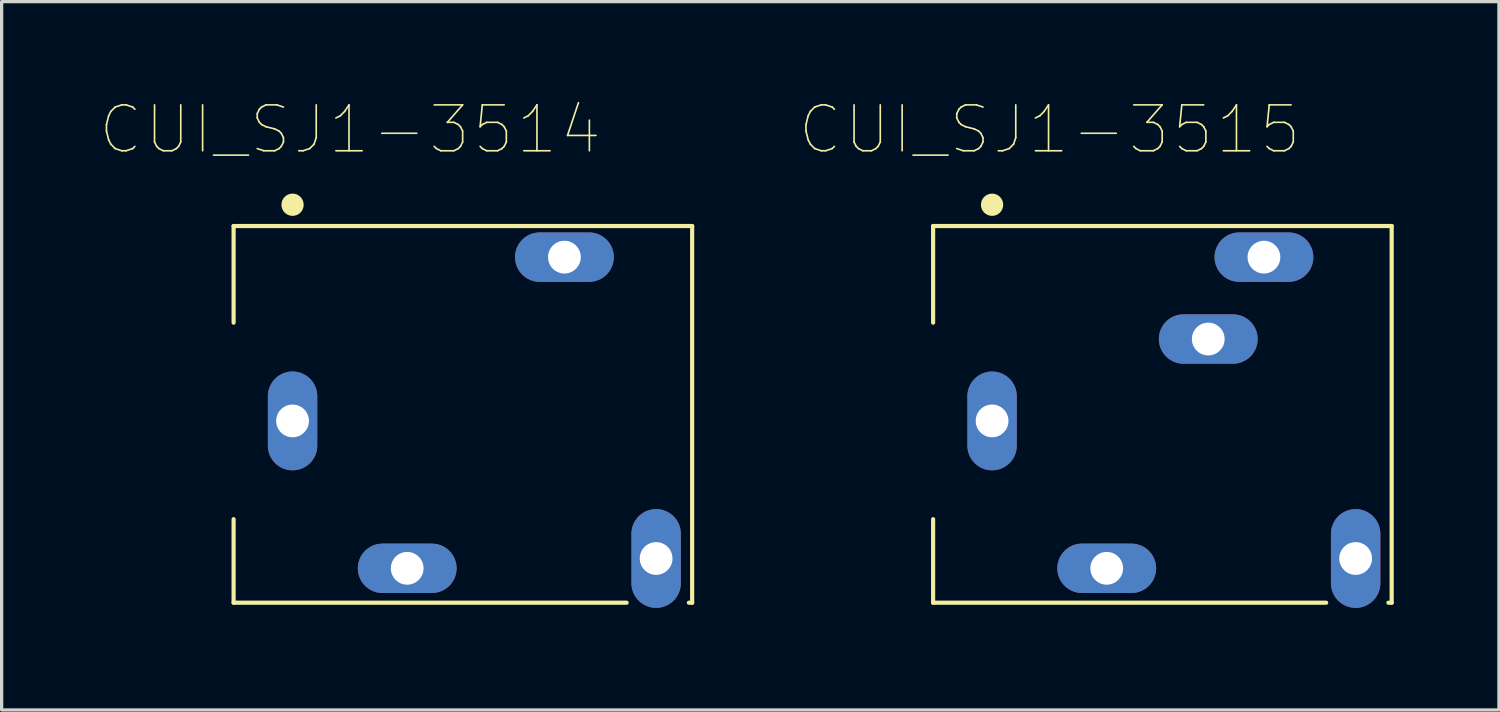
<source format=kicad_pcb>
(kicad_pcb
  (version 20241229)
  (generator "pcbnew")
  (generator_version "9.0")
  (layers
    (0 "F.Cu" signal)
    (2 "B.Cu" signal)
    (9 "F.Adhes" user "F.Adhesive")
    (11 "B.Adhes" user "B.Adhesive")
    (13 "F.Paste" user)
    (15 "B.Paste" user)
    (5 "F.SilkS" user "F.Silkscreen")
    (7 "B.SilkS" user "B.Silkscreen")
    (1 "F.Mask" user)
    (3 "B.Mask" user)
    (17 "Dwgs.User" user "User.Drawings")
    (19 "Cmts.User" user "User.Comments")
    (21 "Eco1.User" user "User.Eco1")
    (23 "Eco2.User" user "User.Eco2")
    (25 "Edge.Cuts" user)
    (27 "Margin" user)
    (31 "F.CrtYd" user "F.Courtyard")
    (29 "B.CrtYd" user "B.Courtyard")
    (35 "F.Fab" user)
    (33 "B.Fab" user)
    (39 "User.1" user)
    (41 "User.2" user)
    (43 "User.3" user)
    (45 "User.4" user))
  (footprint "CUI_SJ1-3515"
    (layer "F.Cu")
    (at 27.239 9.801)
    (property "Reference" "CUI_SJ1-3515" (at 1.757 -8.894 0) (layer "F.SilkS") (effects (font (size 1.401 1.401) (thickness 0.05))))
    (attr through_hole)
    (fp_line (start -1.8 -5.95) (end 12.2 -5.95) (stroke (width 0.127) (type solid)) (layer "F.SilkS"))
    (fp_line (start -1.8 -3) (end -1.8 -5.95) (stroke (width 0.127) (type solid)) (layer "F.SilkS"))
    (fp_line (start -1.8 5.55) (end -1.8 3) (stroke (width 0.127) (type solid)) (layer "F.SilkS"))
    (fp_line (start 10.2 5.55) (end -1.8 5.55) (stroke (width 0.127) (type solid)) (layer "F.SilkS"))
    (fp_line (start 12.2 -5.95) (end 12.2 5.55) (stroke (width 0.127) (type solid)) (layer "F.SilkS"))
    (fp_line (start 12.2 5.55) (end 12.1 5.55) (stroke (width 0.127) (type solid)) (layer "F.SilkS"))
    (fp_circle (center 0 -6.6) (end 0.17 -6.6) (stroke (width 0.34) (type solid)) (fill no) (layer "F.SilkS"))
    (fp_line (start -5.55 -3.25) (end -5.55 3.25) (stroke (width 0.05) (type solid)) (layer "Eco1.User"))
    (fp_line (start -5.55 3.25) (end -2.05 3.25) (stroke (width 0.05) (type solid)) (layer "Eco1.User"))
    (fp_line (start -2.05 -6.2) (end -2.05 -3.25) (stroke (width 0.05) (type solid)) (layer "Eco1.User"))
    (fp_line (start -2.05 -3.25) (end -5.55 -3.25) (stroke (width 0.05) (type solid)) (layer "Eco1.User"))
    (fp_line (start -2.05 3.25) (end -2.05 5.8) (stroke (width 0.05) (type solid)) (layer "Eco1.User"))
    (fp_line (start -2.05 5.8) (end 12.45 5.8) (stroke (width 0.05) (type solid)) (layer "Eco1.User"))
    (fp_line (start 12.45 -6.2) (end -2.05 -6.2) (stroke (width 0.05) (type solid)) (layer "Eco1.User"))
    (fp_line (start 12.45 5.8) (end 12.45 -6.2) (stroke (width 0.05) (type solid)) (layer "Eco1.User"))
    (fp_line (start -5.3 -3) (end -5.3 3) (stroke (width 0.127) (type solid)) (layer "Eco2.User"))
    (fp_line (start -5.3 3) (end -1.8 3) (stroke (width 0.127) (type solid)) (layer "Eco2.User"))
    (fp_line (start -1.8 -5.95) (end -1.8 -3) (stroke (width 0.127) (type solid)) (layer "Eco2.User"))
    (fp_line (start -1.8 -3) (end -5.3 -3) (stroke (width 0.127) (type solid)) (layer "Eco2.User"))
    (fp_line (start -1.8 3) (end -1.8 5.55) (stroke (width 0.127) (type solid)) (layer "Eco2.User"))
    (fp_line (start -1.8 5.55) (end 12.2 5.55) (stroke (width 0.127) (type solid)) (layer "Eco2.User"))
    (fp_line (start 12.2 -5.95) (end -1.8 -5.95) (stroke (width 0.127) (type solid)) (layer "Eco2.User"))
    (fp_line (start 12.2 5.55) (end 12.2 -5.95) (stroke (width 0.127) (type solid)) (layer "Eco2.User"))
    (fp_line (start -0.5 -0.5) (end -0.5 0.5) (stroke (width 0.0001) (type solid)) (layer "Edge.Cuts"))
    (fp_line (start 0.5 0.5) (end 0.5 -0.5) (stroke (width 0.0001) (type solid)) (layer "Edge.Cuts"))
    (fp_line (start 3 5) (end 4 5) (stroke (width 0.0001) (type solid)) (layer "Edge.Cuts"))
    (fp_line (start 4 4) (end 3 4) (stroke (width 0.0001) (type solid)) (layer "Edge.Cuts"))
    (fp_line (start 6.1 -2) (end 7.1 -2) (stroke (width 0.0001) (type solid)) (layer "Edge.Cuts"))
    (fp_line (start 7.1 -3) (end 6.1 -3) (stroke (width 0.0001) (type solid)) (layer "Edge.Cuts"))
    (fp_line (start 7.8 -4.5) (end 8.8 -4.5) (stroke (width 0.0001) (type solid)) (layer "Edge.Cuts"))
    (fp_line (start 8.8 -5.5) (end 7.8 -5.5) (stroke (width 0.0001) (type solid)) (layer "Edge.Cuts"))
    (fp_line (start 10.6 3.7) (end 10.6 4.7) (stroke (width 0.0001) (type solid)) (layer "Edge.Cuts"))
    (fp_line (start 11.6 4.7) (end 11.6 3.7) (stroke (width 0.0001) (type solid)) (layer "Edge.Cuts"))
    (fp_arc (start -0.5 -0.5) (mid -0.353553 -0.853553) (end 0 -1) (stroke (width 0.0001) (type solid)) (layer "Edge.Cuts"))
    (fp_arc (start 0 -1) (mid 0.353553 -0.853553) (end 0.5 -0.5) (stroke (width 0.0001) (type solid)) (layer "Edge.Cuts"))
    (fp_arc (start 0 1) (mid -0.353553 0.853553) (end -0.5 0.5) (stroke (width 0.0001) (type solid)) (layer "Edge.Cuts"))
    (fp_arc (start 0.5 0.5) (mid 0.353553 0.853553) (end 0 1) (stroke (width 0.0001) (type solid)) (layer "Edge.Cuts"))
    (fp_arc (start 2.5 4.5) (mid 2.646447 4.146447) (end 3 4) (stroke (width 0.0001) (type solid)) (layer "Edge.Cuts"))
    (fp_arc (start 3 5) (mid 2.646447 4.853553) (end 2.5 4.5) (stroke (width 0.0001) (type solid)) (layer "Edge.Cuts"))
    (fp_arc (start 4 4) (mid 4.353553 4.146447) (end 4.5 4.5) (stroke (width 0.0001) (type solid)) (layer "Edge.Cuts"))
    (fp_arc (start 4.5 4.5) (mid 4.353553 4.853553) (end 4 5) (stroke (width 0.0001) (type solid)) (layer "Edge.Cuts"))
    (fp_arc (start 5.6 -2.5) (mid 5.746447 -2.853553) (end 6.1 -3) (stroke (width 0.0001) (type solid)) (layer "Edge.Cuts"))
    (fp_arc (start 6.1 -2) (mid 5.746447 -2.146447) (end 5.6 -2.5) (stroke (width 0.0001) (type solid)) (layer "Edge.Cuts"))
    (fp_arc (start 7.1 -3) (mid 7.453553 -2.853553) (end 7.6 -2.5) (stroke (width 0.0001) (type solid)) (layer "Edge.Cuts"))
    (fp_arc (start 7.3 -5) (mid 7.446447 -5.353553) (end 7.8 -5.5) (stroke (width 0.0001) (type solid)) (layer "Edge.Cuts"))
    (fp_arc (start 7.6 -2.5) (mid 7.453553 -2.146447) (end 7.1 -2) (stroke (width 0.0001) (type solid)) (layer "Edge.Cuts"))
    (fp_arc (start 7.8 -4.5) (mid 7.446447 -4.646447) (end 7.3 -5) (stroke (width 0.0001) (type solid)) (layer "Edge.Cuts"))
    (fp_arc (start 8.8 -5.5) (mid 9.153553 -5.353553) (end 9.3 -5) (stroke (width 0.0001) (type solid)) (layer "Edge.Cuts"))
    (fp_arc (start 9.3 -5) (mid 9.153553 -4.646447) (end 8.8 -4.5) (stroke (width 0.0001) (type solid)) (layer "Edge.Cuts"))
    (fp_arc (start 10.6 3.7) (mid 10.746447 3.346447) (end 11.1 3.2) (stroke (width 0.0001) (type solid)) (layer "Edge.Cuts"))
    (fp_arc (start 11.1 3.2) (mid 11.453553 3.346447) (end 11.6 3.7) (stroke (width 0.0001) (type solid)) (layer "Edge.Cuts"))
    (fp_arc (start 11.1 5.2) (mid 10.746447 5.053553) (end 10.6 4.7) (stroke (width 0.0001) (type solid)) (layer "Edge.Cuts"))
    (fp_arc (start 11.6 4.7) (mid 11.453553 5.053553) (end 11.1 5.2) (stroke (width 0.0001) (type solid)) (layer "Edge.Cuts"))
    (pad "1" thru_hole oval (at 0 0 90) (size 3.016 1.508) (drill 1) (layers "*.Cu" "*.Mask"))
    (pad "2" thru_hole oval (at 3.5 4.5 180) (size 3.016 1.508) (drill 1) (layers "*.Cu" "*.Mask"))
    (pad "3" thru_hole oval (at 8.3 -5 180) (size 3.016 1.508) (drill 1) (layers "*.Cu" "*.Mask"))
    (pad "4" thru_hole oval (at 11.1 4.2 90) (size 3.016 1.508) (drill 1) (layers "*.Cu" "*.Mask"))
    (pad "5" thru_hole oval (at 6.6 -2.5 180) (size 3.016 1.508) (drill 1) (layers "*.Cu" "*.Mask")))
  (footprint "CUI_SJ1-3514"
    (layer "F.Cu")
    (at 5.882 9.801)
    (property "Reference" "CUI_SJ1-3514" (at 1.757 -8.894 0) (layer "F.SilkS") (effects (font (size 1.401 1.401) (thickness 0.05))))
    (attr through_hole)
    (fp_line (start -1.8 -5.95) (end 12.2 -5.95) (stroke (width 0.127) (type solid)) (layer "F.SilkS"))
    (fp_line (start -1.8 -3) (end -1.8 -5.95) (stroke (width 0.127) (type solid)) (layer "F.SilkS"))
    (fp_line (start -1.8 5.55) (end -1.8 3) (stroke (width 0.127) (type solid)) (layer "F.SilkS"))
    (fp_line (start 10.2 5.55) (end -1.8 5.55) (stroke (width 0.127) (type solid)) (layer "F.SilkS"))
    (fp_line (start 12.2 -5.95) (end 12.2 5.55) (stroke (width 0.127) (type solid)) (layer "F.SilkS"))
    (fp_line (start 12.2 5.55) (end 12.1 5.55) (stroke (width 0.127) (type solid)) (layer "F.SilkS"))
    (fp_circle (center 0 -6.6) (end 0.17 -6.6) (stroke (width 0.34) (type solid)) (fill no) (layer "F.SilkS"))
    (fp_line (start -5.55 -3.25) (end -5.55 3.25) (stroke (width 0.05) (type solid)) (layer "Eco1.User"))
    (fp_line (start -5.55 3.25) (end -2.05 3.25) (stroke (width 0.05) (type solid)) (layer "Eco1.User"))
    (fp_line (start -2.05 -6.2) (end -2.05 -3.25) (stroke (width 0.05) (type solid)) (layer "Eco1.User"))
    (fp_line (start -2.05 -3.25) (end -5.55 -3.25) (stroke (width 0.05) (type solid)) (layer "Eco1.User"))
    (fp_line (start -2.05 3.25) (end -2.05 5.8) (stroke (width 0.05) (type solid)) (layer "Eco1.User"))
    (fp_line (start -2.05 5.8) (end 12.45 5.8) (stroke (width 0.05) (type solid)) (layer "Eco1.User"))
    (fp_line (start 12.45 -6.2) (end -2.05 -6.2) (stroke (width 0.05) (type solid)) (layer "Eco1.User"))
    (fp_line (start 12.45 5.8) (end 12.45 -6.2) (stroke (width 0.05) (type solid)) (layer "Eco1.User"))
    (fp_line (start -5.3 -3) (end -5.3 3) (stroke (width 0.127) (type solid)) (layer "Eco2.User"))
    (fp_line (start -5.3 3) (end -1.8 3) (stroke (width 0.127) (type solid)) (layer "Eco2.User"))
    (fp_line (start -1.8 -5.95) (end -1.8 -3) (stroke (width 0.127) (type solid)) (layer "Eco2.User"))
    (fp_line (start -1.8 -3) (end -5.3 -3) (stroke (width 0.127) (type solid)) (layer "Eco2.User"))
    (fp_line (start -1.8 3) (end -1.8 5.55) (stroke (width 0.127) (type solid)) (layer "Eco2.User"))
    (fp_line (start -1.8 5.55) (end 12.2 5.55) (stroke (width 0.127) (type solid)) (layer "Eco2.User"))
    (fp_line (start 12.2 -5.95) (end -1.8 -5.95) (stroke (width 0.127) (type solid)) (layer "Eco2.User"))
    (fp_line (start 12.2 5.55) (end 12.2 -5.95) (stroke (width 0.127) (type solid)) (layer "Eco2.User"))
    (fp_line (start -0.5 -0.5) (end -0.5 0.5) (stroke (width 0.0001) (type solid)) (layer "Edge.Cuts"))
    (fp_line (start 0.5 0.5) (end 0.5 -0.5) (stroke (width 0.0001) (type solid)) (layer "Edge.Cuts"))
    (fp_line (start 3 5) (end 4 5) (stroke (width 0.0001) (type solid)) (layer "Edge.Cuts"))
    (fp_line (start 4 4) (end 3 4) (stroke (width 0.0001) (type solid)) (layer "Edge.Cuts"))
    (fp_line (start 6.1 -2) (end 7.1 -2) (stroke (width 0.0001) (type solid)) (layer "Edge.Cuts"))
    (fp_line (start 7.1 -3) (end 6.1 -3) (stroke (width 0.0001) (type solid)) (layer "Edge.Cuts"))
    (fp_line (start 7.8 -4.5) (end 8.8 -4.5) (stroke (width 0.0001) (type solid)) (layer "Edge.Cuts"))
    (fp_line (start 8.8 -5.5) (end 7.8 -5.5) (stroke (width 0.0001) (type solid)) (layer "Edge.Cuts"))
    (fp_line (start 10.6 3.7) (end 10.6 4.7) (stroke (width 0.0001) (type solid)) (layer "Edge.Cuts"))
    (fp_line (start 11.6 4.7) (end 11.6 3.7) (stroke (width 0.0001) (type solid)) (layer "Edge.Cuts"))
    (fp_arc (start -0.5 -0.5) (mid -0.353553 -0.853553) (end 0 -1) (stroke (width 0.0001) (type solid)) (layer "Edge.Cuts"))
    (fp_arc (start 0 -1) (mid 0.353553 -0.853553) (end 0.5 -0.5) (stroke (width 0.0001) (type solid)) (layer "Edge.Cuts"))
    (fp_arc (start 0 1) (mid -0.353553 0.853553) (end -0.5 0.5) (stroke (width 0.0001) (type solid)) (layer "Edge.Cuts"))
    (fp_arc (start 0.5 0.5) (mid 0.353553 0.853553) (end 0 1) (stroke (width 0.0001) (type solid)) (layer "Edge.Cuts"))
    (fp_arc (start 2.5 4.5) (mid 2.646447 4.146447) (end 3 4) (stroke (width 0.0001) (type solid)) (layer "Edge.Cuts"))
    (fp_arc (start 3 5) (mid 2.646447 4.853553) (end 2.5 4.5) (stroke (width 0.0001) (type solid)) (layer "Edge.Cuts"))
    (fp_arc (start 4 4) (mid 4.353553 4.146447) (end 4.5 4.5) (stroke (width 0.0001) (type solid)) (layer "Edge.Cuts"))
    (fp_arc (start 4.5 4.5) (mid 4.353553 4.853553) (end 4 5) (stroke (width 0.0001) (type solid)) (layer "Edge.Cuts"))
    (fp_arc (start 5.6 -2.5) (mid 5.746447 -2.853553) (end 6.1 -3) (stroke (width 0.0001) (type solid)) (layer "Edge.Cuts"))
    (fp_arc (start 6.1 -2) (mid 5.746447 -2.146447) (end 5.6 -2.5) (stroke (width 0.0001) (type solid)) (layer "Edge.Cuts"))
    (fp_arc (start 7.1 -3) (mid 7.453553 -2.853553) (end 7.6 -2.5) (stroke (width 0.0001) (type solid)) (layer "Edge.Cuts"))
    (fp_arc (start 7.3 -5) (mid 7.446447 -5.353553) (end 7.8 -5.5) (stroke (width 0.0001) (type solid)) (layer "Edge.Cuts"))
    (fp_arc (start 7.6 -2.5) (mid 7.453553 -2.146447) (end 7.1 -2) (stroke (width 0.0001) (type solid)) (layer "Edge.Cuts"))
    (fp_arc (start 7.8 -4.5) (mid 7.446447 -4.646447) (end 7.3 -5) (stroke (width 0.0001) (type solid)) (layer "Edge.Cuts"))
    (fp_arc (start 8.8 -5.5) (mid 9.153553 -5.353553) (end 9.3 -5) (stroke (width 0.0001) (type solid)) (layer "Edge.Cuts"))
    (fp_arc (start 9.3 -5) (mid 9.153553 -4.646447) (end 8.8 -4.5) (stroke (width 0.0001) (type solid)) (layer "Edge.Cuts"))
    (fp_arc (start 10.6 3.7) (mid 10.746447 3.346447) (end 11.1 3.2) (stroke (width 0.0001) (type solid)) (layer "Edge.Cuts"))
    (fp_arc (start 11.1 3.2) (mid 11.453553 3.346447) (end 11.6 3.7) (stroke (width 0.0001) (type solid)) (layer "Edge.Cuts"))
    (fp_arc (start 11.1 5.2) (mid 10.746447 5.053553) (end 10.6 4.7) (stroke (width 0.0001) (type solid)) (layer "Edge.Cuts"))
    (fp_arc (start 11.6 4.7) (mid 11.453553 5.053553) (end 11.1 5.2) (stroke (width 0.0001) (type solid)) (layer "Edge.Cuts"))
    (pad "1" thru_hole oval (at 0 0 90) (size 3.016 1.508) (drill 1) (layers "*.Cu" "*.Mask"))
    (pad "2" thru_hole oval (at 3.5 4.5 180) (size 3.016 1.508) (drill 1) (layers "*.Cu" "*.Mask"))
    (pad "3" thru_hole oval (at 8.3 -5 180) (size 3.016 1.508) (drill 1) (layers "*.Cu" "*.Mask"))
    (pad "4" thru_hole oval (at 11.1 4.2 90) (size 3.016 1.508) (drill 1) (layers "*.Cu" "*.Mask")))
  (gr_rect
    (start -3 -3)
    (end 42.714 18.626)
    (stroke (width 0.1) (type default))
    (fill no)
    (layer "Edge.Cuts")))
</source>
